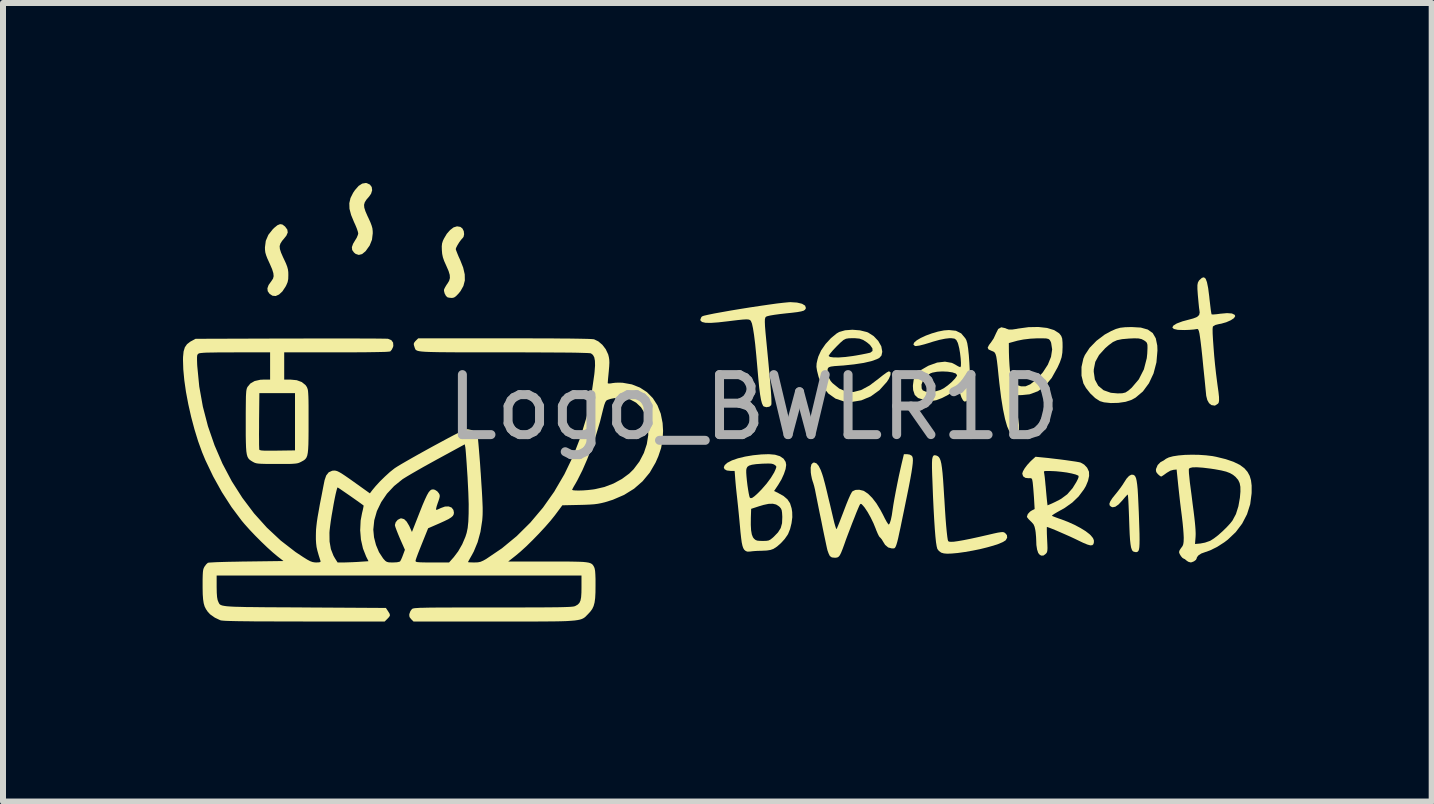
<source format=kicad_pcb>
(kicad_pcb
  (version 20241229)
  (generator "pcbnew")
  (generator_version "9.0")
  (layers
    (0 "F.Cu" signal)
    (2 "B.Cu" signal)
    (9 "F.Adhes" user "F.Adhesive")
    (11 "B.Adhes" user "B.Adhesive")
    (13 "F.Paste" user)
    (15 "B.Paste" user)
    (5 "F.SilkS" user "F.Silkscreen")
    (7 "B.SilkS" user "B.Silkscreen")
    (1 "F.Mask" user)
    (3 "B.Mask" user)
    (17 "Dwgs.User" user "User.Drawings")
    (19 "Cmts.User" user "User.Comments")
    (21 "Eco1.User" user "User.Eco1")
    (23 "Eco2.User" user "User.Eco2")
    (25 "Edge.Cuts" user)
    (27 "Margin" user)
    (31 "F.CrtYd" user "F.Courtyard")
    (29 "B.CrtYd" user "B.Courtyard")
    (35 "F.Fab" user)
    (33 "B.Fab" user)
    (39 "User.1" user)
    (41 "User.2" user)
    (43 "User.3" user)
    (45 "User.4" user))
  (footprint "Logo_BWLR1D"
    (layer "F.Cu")
    (at 9.514 4.239)
    (property "Reference" "Logo_BWLR1D" (at 0 -0.5 0) (unlocked yes) (layer "F.Fab") (effects (font (size 1 1) (thickness 0.15))))
    (attr smd)
    (fp_poly (pts (xy -6.451 -4.237) (xy -6.398 -4.212) (xy -6.368 -4.171) (xy -6.361 -4.118) (xy -6.379 -4.06) (xy -6.411 -4.014) (xy -6.456 -3.962) (xy -6.484 -3.918) (xy -6.496 -3.875) (xy -6.492 -3.827) (xy -6.473 -3.767) (xy -6.439 -3.689) (xy -6.425 -3.66) (xy -6.391 -3.585) (xy -6.37 -3.53) (xy -6.357 -3.484) (xy -6.352 -3.439) (xy -6.351 -3.401) (xy -6.364 -3.293) (xy -6.403 -3.196) (xy -6.47 -3.103) (xy -6.474 -3.099) (xy -6.529 -3.054) (xy -6.584 -3.04) (xy -6.636 -3.057) (xy -6.664 -3.08) (xy -6.694 -3.122) (xy -6.699 -3.17) (xy -6.679 -3.226) (xy -6.648 -3.278) (xy -6.618 -3.327) (xy -6.599 -3.373) (xy -6.593 -3.399) (xy -6.6 -3.43) (xy -6.617 -3.481) (xy -6.643 -3.544) (xy -6.663 -3.587) (xy -6.712 -3.706) (xy -6.739 -3.809) (xy -6.742 -3.902) (xy -6.722 -3.989) (xy -6.678 -4.076) (xy -6.648 -4.12) (xy -6.587 -4.19) (xy -6.527 -4.229) (xy -6.468 -4.239)) (stroke (width 0) (type solid)) (fill yes) (layer "F.SilkS"))
    (fp_poly (pts (xy -7.857 -3.547) (xy -7.816 -3.516) (xy -7.811 -3.511) (xy -7.775 -3.462) (xy -7.768 -3.414) (xy -7.791 -3.361) (xy -7.818 -3.327) (xy -7.862 -3.274) (xy -7.89 -3.23) (xy -7.903 -3.187) (xy -7.899 -3.139) (xy -7.88 -3.079) (xy -7.846 -3.001) (xy -7.832 -2.972) (xy -7.798 -2.899) (xy -7.777 -2.844) (xy -7.765 -2.799) (xy -7.759 -2.755) (xy -7.758 -2.705) (xy -7.76 -2.638) (xy -7.77 -2.587) (xy -7.791 -2.537) (xy -7.804 -2.512) (xy -7.857 -2.432) (xy -7.913 -2.38) (xy -7.969 -2.355) (xy -8.023 -2.36) (xy -8.071 -2.392) (xy -8.102 -2.436) (xy -8.107 -2.484) (xy -8.087 -2.539) (xy -8.039 -2.606) (xy -8.037 -2.609) (xy -8.013 -2.646) (xy -8.003 -2.686) (xy -8.008 -2.736) (xy -8.028 -2.801) (xy -8.064 -2.885) (xy -8.074 -2.907) (xy -8.108 -2.981) (xy -8.129 -3.036) (xy -8.142 -3.082) (xy -8.147 -3.126) (xy -8.148 -3.166) (xy -8.134 -3.275) (xy -8.091 -3.375) (xy -8.019 -3.466) (xy -7.994 -3.491) (xy -7.94 -3.535) (xy -7.896 -3.553)) (stroke (width 0) (type solid)) (fill yes) (layer "F.SilkS"))
    (fp_poly (pts (xy -4.89 -3.507) (xy -4.856 -3.48) (xy -4.834 -3.436) (xy -4.828 -3.385) (xy -4.838 -3.34) (xy -4.853 -3.321) (xy -4.879 -3.292) (xy -4.91 -3.25) (xy -4.939 -3.203) (xy -4.96 -3.162) (xy -4.968 -3.138) (xy -4.961 -3.115) (xy -4.944 -3.071) (xy -4.92 -3.012) (xy -4.895 -2.958) (xy -4.844 -2.829) (xy -4.818 -2.716) (xy -4.816 -2.615) (xy -4.84 -2.523) (xy -4.888 -2.437) (xy -4.923 -2.394) (xy -4.964 -2.352) (xy -4.996 -2.33) (xy -5.029 -2.323) (xy -5.035 -2.323) (xy -5.077 -2.327) (xy -5.105 -2.333) (xy -5.131 -2.357) (xy -5.153 -2.398) (xy -5.164 -2.442) (xy -5.162 -2.467) (xy -5.146 -2.499) (xy -5.12 -2.543) (xy -5.106 -2.562) (xy -5.078 -2.609) (xy -5.065 -2.655) (xy -5.068 -2.707) (xy -5.087 -2.771) (xy -5.123 -2.854) (xy -5.127 -2.863) (xy -5.161 -2.939) (xy -5.182 -3) (xy -5.194 -3.057) (xy -5.199 -3.116) (xy -5.201 -3.182) (xy -5.196 -3.23) (xy -5.182 -3.275) (xy -5.165 -3.311) (xy -5.117 -3.392) (xy -5.062 -3.455) (xy -5.004 -3.499) (xy -4.948 -3.516) (xy -4.942 -3.516)) (stroke (width 0) (type solid)) (fill yes) (layer "F.SilkS"))
    (fp_poly (pts (xy 6.325 0.625) (xy 6.343 0.634) (xy 6.358 0.652) (xy 6.371 0.681) (xy 6.381 0.725) (xy 6.39 0.786) (xy 6.398 0.866) (xy 6.404 0.968) (xy 6.41 1.095) (xy 6.417 1.249) (xy 6.42 1.335) (xy 6.425 1.485) (xy 6.429 1.606) (xy 6.43 1.702) (xy 6.429 1.776) (xy 6.426 1.831) (xy 6.42 1.869) (xy 6.411 1.893) (xy 6.398 1.907) (xy 6.382 1.913) (xy 6.367 1.914) (xy 6.331 1.906) (xy 6.313 1.894) (xy 6.3 1.87) (xy 6.288 1.834) (xy 6.279 1.781) (xy 6.271 1.708) (xy 6.265 1.614) (xy 6.26 1.494) (xy 6.255 1.346) (xy 6.255 1.342) (xy 6.251 1.235) (xy 6.247 1.14) (xy 6.243 1.06) (xy 6.239 0.999) (xy 6.235 0.962) (xy 6.232 0.953) (xy 6.218 0.966) (xy 6.189 0.997) (xy 6.152 1.041) (xy 6.141 1.054) (xy 6.079 1.12) (xy 6.026 1.157) (xy 5.981 1.166) (xy 5.954 1.156) (xy 5.931 1.134) (xy 5.927 1.106) (xy 5.942 1.067) (xy 5.977 1.013) (xy 6.022 0.957) (xy 6.071 0.896) (xy 6.117 0.835) (xy 6.153 0.783) (xy 6.165 0.763) (xy 6.212 0.69) (xy 6.254 0.644) (xy 6.291 0.624) (xy 6.303 0.623)) (stroke (width 0) (type solid)) (fill yes) (layer "F.SilkS"))
    (fp_poly (pts (xy 6.451 -1.829) (xy 6.567 -1.796) (xy 6.649 -1.738) (xy 6.7 -1.65) (xy 6.725 -1.529) (xy 6.728 -1.446) (xy 6.711 -1.249) (xy 6.663 -1.065) (xy 6.586 -0.901) (xy 6.485 -0.764) (xy 6.363 -0.661) (xy 6.298 -0.625) (xy 6.198 -0.592) (xy 6.076 -0.574) (xy 5.95 -0.571) (xy 5.837 -0.583) (xy 5.769 -0.603) (xy 5.69 -0.654) (xy 5.608 -0.732) (xy 5.537 -0.822) (xy 5.494 -0.898) (xy 5.462 -1.028) (xy 5.462 -1.093) (xy 5.666 -1.093) (xy 5.685 -0.963) (xy 5.741 -0.859) (xy 5.83 -0.785) (xy 5.951 -0.742) (xy 6.063 -0.732) (xy 6.141 -0.734) (xy 6.195 -0.747) (xy 6.244 -0.779) (xy 6.299 -0.827) (xy 6.417 -0.966) (xy 6.502 -1.133) (xy 6.55 -1.319) (xy 6.558 -1.396) (xy 6.562 -1.486) (xy 6.561 -1.542) (xy 6.551 -1.576) (xy 6.529 -1.599) (xy 6.504 -1.616) (xy 6.463 -1.637) (xy 6.413 -1.648) (xy 6.342 -1.65) (xy 6.252 -1.646) (xy 6.138 -1.636) (xy 6.055 -1.619) (xy 5.986 -1.588) (xy 5.917 -1.537) (xy 5.856 -1.484) (xy 5.754 -1.371) (xy 5.692 -1.258) (xy 5.667 -1.132) (xy 5.666 -1.093) (xy 5.462 -1.093) (xy 5.462 -1.172) (xy 5.493 -1.312) (xy 5.518 -1.371) (xy 5.598 -1.492) (xy 5.712 -1.609) (xy 5.848 -1.712) (xy 5.956 -1.771) (xy 6.036 -1.806) (xy 6.107 -1.826) (xy 6.188 -1.835) (xy 6.296 -1.838) (xy 6.296 -1.838)) (stroke (width 0) (type solid)) (fill yes) (layer "F.SilkS"))
    (fp_poly (pts (xy 3.04 0.303) (xy 3.041 0.303) (xy 3.064 0.313) (xy 3.084 0.329) (xy 3.1 0.354) (xy 3.114 0.39) (xy 3.126 0.441) (xy 3.136 0.508) (xy 3.146 0.596) (xy 3.155 0.706) (xy 3.164 0.841) (xy 3.174 1.004) (xy 3.176 1.027) (xy 3.186 1.195) (xy 3.196 1.345) (xy 3.206 1.472) (xy 3.216 1.577) (xy 3.225 1.656) (xy 3.233 1.708) (xy 3.24 1.73) (xy 3.255 1.739) (xy 3.286 1.742) (xy 3.335 1.74) (xy 3.405 1.73) (xy 3.497 1.714) (xy 3.613 1.691) (xy 3.755 1.66) (xy 3.912 1.624) (xy 4.002 1.603) (xy 4.067 1.589) (xy 4.113 1.582) (xy 4.143 1.579) (xy 4.165 1.582) (xy 4.181 1.59) (xy 4.188 1.594) (xy 4.219 1.63) (xy 4.223 1.673) (xy 4.2 1.714) (xy 4.196 1.718) (xy 4.153 1.745) (xy 4.084 1.775) (xy 3.994 1.805) (xy 3.887 1.835) (xy 3.77 1.864) (xy 3.646 1.889) (xy 3.521 1.911) (xy 3.4 1.928) (xy 3.3 1.937) (xy 3.223 1.94) (xy 3.168 1.935) (xy 3.126 1.923) (xy 3.125 1.923) (xy 3.086 1.895) (xy 3.06 1.861) (xy 3.059 1.859) (xy 3.048 1.816) (xy 3.037 1.748) (xy 3.027 1.652) (xy 3.017 1.528) (xy 3.007 1.376) (xy 2.997 1.195) (xy 2.987 0.985) (xy 2.978 0.744) (xy 2.973 0.623) (xy 2.97 0.51) (xy 2.97 0.426) (xy 2.973 0.365) (xy 2.982 0.326) (xy 2.995 0.305) (xy 3.014 0.298)) (stroke (width 0) (type solid)) (fill yes) (layer "F.SilkS"))
    (fp_poly (pts (xy 0.72 -2.246) (xy 0.804 -2.226) (xy 0.855 -2.195) (xy 0.868 -2.156) (xy 0.866 -2.147) (xy 0.854 -2.127) (xy 0.832 -2.111) (xy 0.791 -2.099) (xy 0.725 -2.087) (xy 0.626 -2.075) (xy 0.547 -2.067) (xy 0.44 -2.055) (xy 0.344 -2.042) (xy 0.272 -2.03) (xy 0.247 -2.024) (xy 0.223 -2.018) (xy 0.204 -2.01) (xy 0.192 -1.995) (xy 0.185 -1.967) (xy 0.184 -1.921) (xy 0.187 -1.85) (xy 0.195 -1.75) (xy 0.208 -1.614) (xy 0.221 -1.479) (xy 0.244 -1.24) (xy 0.262 -1.043) (xy 0.276 -0.884) (xy 0.286 -0.76) (xy 0.292 -0.667) (xy 0.294 -0.601) (xy 0.294 -0.559) (xy 0.29 -0.536) (xy 0.29 -0.536) (xy 0.259 -0.51) (xy 0.21 -0.502) (xy 0.166 -0.514) (xy 0.155 -0.525) (xy 0.136 -0.566) (xy 0.12 -0.626) (xy 0.105 -0.713) (xy 0.09 -0.831) (xy 0.075 -0.985) (xy 0.063 -1.123) (xy 0.042 -1.36) (xy 0.023 -1.554) (xy 0.004 -1.707) (xy -0.014 -1.82) (xy -0.031 -1.897) (xy -0.049 -1.94) (xy -0.05 -1.941) (xy -0.064 -1.955) (xy -0.085 -1.963) (xy -0.121 -1.966) (xy -0.18 -1.963) (xy -0.268 -1.954) (xy -0.393 -1.939) (xy -0.424 -1.935) (xy -0.591 -1.916) (xy -0.717 -1.907) (xy -0.806 -1.909) (xy -0.862 -1.922) (xy -0.888 -1.945) (xy -0.891 -1.962) (xy -0.875 -2.002) (xy -0.863 -2.015) (xy -0.831 -2.027) (xy -0.76 -2.043) (xy -0.658 -2.064) (xy -0.53 -2.087) (xy -0.385 -2.113) (xy -0.227 -2.139) (xy -0.065 -2.165) (xy 0.095 -2.189) (xy 0.246 -2.211) (xy 0.381 -2.23) (xy 0.494 -2.243) (xy 0.577 -2.251) (xy 0.609 -2.253)) (stroke (width 0) (type solid)) (fill yes) (layer "F.SilkS"))
    (fp_poly (pts (xy 7.531 -2.644) (xy 7.553 -2.586) (xy 7.573 -2.488) (xy 7.591 -2.349) (xy 7.595 -2.309) (xy 7.607 -2.207) (xy 7.617 -2.123) (xy 7.626 -2.067) (xy 7.631 -2.049) (xy 7.657 -2.047) (xy 7.715 -2.052) (xy 7.775 -2.06) (xy 7.888 -2.07) (xy 7.97 -2.064) (xy 8.016 -2.041) (xy 8.024 -2.019) (xy 8.003 -1.986) (xy 7.95 -1.951) (xy 7.875 -1.918) (xy 7.791 -1.894) (xy 7.756 -1.888) (xy 7.695 -1.873) (xy 7.656 -1.85) (xy 7.651 -1.843) (xy 7.647 -1.805) (xy 7.648 -1.73) (xy 7.654 -1.624) (xy 7.663 -1.497) (xy 7.674 -1.356) (xy 7.688 -1.21) (xy 7.704 -1.066) (xy 7.721 -0.932) (xy 7.728 -0.878) (xy 7.745 -0.756) (xy 7.754 -0.672) (xy 7.755 -0.616) (xy 7.75 -0.582) (xy 7.738 -0.561) (xy 7.686 -0.528) (xy 7.628 -0.537) (xy 7.588 -0.569) (xy 7.559 -0.621) (xy 7.541 -0.691) (xy 7.54 -0.701) (xy 7.515 -0.956) (xy 7.493 -1.168) (xy 7.476 -1.342) (xy 7.461 -1.482) (xy 7.448 -1.59) (xy 7.437 -1.672) (xy 7.428 -1.731) (xy 7.419 -1.769) (xy 7.41 -1.792) (xy 7.401 -1.803) (xy 7.391 -1.806) (xy 7.38 -1.804) (xy 7.334 -1.797) (xy 7.258 -1.791) (xy 7.177 -1.788) (xy 7.068 -1.791) (xy 7.001 -1.806) (xy 6.976 -1.831) (xy 6.993 -1.862) (xy 7.049 -1.897) (xy 7.145 -1.933) (xy 7.22 -1.953) (xy 7.324 -1.981) (xy 7.389 -2.007) (xy 7.423 -2.039) (xy 7.432 -2.08) (xy 7.428 -2.113) (xy 7.421 -2.162) (xy 7.413 -2.242) (xy 7.404 -2.339) (xy 7.401 -2.372) (xy 7.394 -2.472) (xy 7.394 -2.537) (xy 7.402 -2.579) (xy 7.418 -2.609) (xy 7.426 -2.619) (xy 7.469 -2.658) (xy 7.503 -2.667)) (stroke (width 0) (type solid)) (fill yes) (layer "F.SilkS"))
    (fp_poly (pts (xy 1.769 -1.783) (xy 1.883 -1.755) (xy 1.906 -1.746) (xy 1.998 -1.687) (xy 2.074 -1.607) (xy 2.125 -1.517) (xy 2.141 -1.43) (xy 2.141 -1.423) (xy 2.128 -1.363) (xy 2.093 -1.324) (xy 2.053 -1.303) (xy 1.961 -1.27) (xy 1.831 -1.24) (xy 1.672 -1.216) (xy 1.492 -1.197) (xy 1.444 -1.194) (xy 1.345 -1.187) (xy 1.284 -1.179) (xy 1.25 -1.167) (xy 1.235 -1.15) (xy 1.229 -1.126) (xy 1.234 -1.028) (xy 1.28 -0.94) (xy 1.311 -0.904) (xy 1.423 -0.813) (xy 1.538 -0.763) (xy 1.659 -0.755) (xy 1.789 -0.788) (xy 1.93 -0.864) (xy 2.086 -0.982) (xy 2.087 -0.983) (xy 2.156 -1.038) (xy 2.214 -1.08) (xy 2.25 -1.099) (xy 2.254 -1.1) (xy 2.28 -1.083) (xy 2.278 -1.039) (xy 2.251 -0.975) (xy 2.218 -0.924) (xy 2.094 -0.786) (xy 1.95 -0.682) (xy 1.792 -0.616) (xy 1.628 -0.589) (xy 1.503 -0.598) (xy 1.362 -0.645) (xy 1.242 -0.73) (xy 1.147 -0.849) (xy 1.083 -0.998) (xy 1.077 -1.019) (xy 1.054 -1.11) (xy 1.044 -1.175) (xy 1.047 -1.232) (xy 1.062 -1.298) (xy 1.076 -1.347) (xy 1.08 -1.356) (xy 1.248 -1.356) (xy 1.27 -1.34) (xy 1.328 -1.332) (xy 1.417 -1.331) (xy 1.527 -1.339) (xy 1.65 -1.355) (xy 1.706 -1.364) (xy 1.8 -1.381) (xy 1.88 -1.397) (xy 1.933 -1.409) (xy 1.942 -1.411) (xy 1.979 -1.439) (xy 1.977 -1.483) (xy 1.938 -1.538) (xy 1.888 -1.581) (xy 1.823 -1.623) (xy 1.762 -1.645) (xy 1.684 -1.652) (xy 1.654 -1.652) (xy 1.586 -1.651) (xy 1.537 -1.643) (xy 1.495 -1.622) (xy 1.447 -1.581) (xy 1.383 -1.518) (xy 1.32 -1.452) (xy 1.274 -1.397) (xy 1.25 -1.362) (xy 1.248 -1.356) (xy 1.08 -1.356) (xy 1.122 -1.448) (xy 1.196 -1.555) (xy 1.287 -1.654) (xy 1.381 -1.731) (xy 1.424 -1.756) (xy 1.522 -1.784) (xy 1.643 -1.793)) (stroke (width 0) (type solid)) (fill yes) (layer "F.SilkS"))
    (fp_poly (pts (xy 4.888 -1.823) (xy 5.006 -1.787) (xy 5.09 -1.733) (xy 5.095 -1.727) (xy 5.124 -1.69) (xy 5.14 -1.646) (xy 5.146 -1.58) (xy 5.147 -1.506) (xy 5.143 -1.411) (xy 5.13 -1.333) (xy 5.102 -1.251) (xy 5.064 -1.167) (xy 4.966 -0.991) (xy 4.857 -0.858) (xy 4.735 -0.768) (xy 4.597 -0.717) (xy 4.469 -0.704) (xy 4.396 -0.702) (xy 4.346 -0.695) (xy 4.331 -0.688) (xy 4.336 -0.66) (xy 4.348 -0.598) (xy 4.367 -0.512) (xy 4.377 -0.466) (xy 4.406 -0.317) (xy 4.42 -0.206) (xy 4.419 -0.13) (xy 4.401 -0.084) (xy 4.383 -0.068) (xy 4.33 -0.058) (xy 4.295 -0.065) (xy 4.258 -0.101) (xy 4.223 -0.182) (xy 4.188 -0.304) (xy 4.154 -0.466) (xy 4.122 -0.665) (xy 4.093 -0.901) (xy 4.079 -1.031) (xy 4.065 -1.171) (xy 4.053 -1.273) (xy 4.042 -1.343) (xy 4.029 -1.388) (xy 4.013 -1.415) (xy 3.992 -1.43) (xy 3.963 -1.441) (xy 3.962 -1.442) (xy 3.912 -1.465) (xy 3.898 -1.494) (xy 3.92 -1.538) (xy 3.945 -1.571) (xy 4.251 -1.571) (xy 4.252 -1.421) (xy 4.255 -1.32) (xy 4.262 -1.199) (xy 4.271 -1.092) (xy 4.281 -1.001) (xy 4.292 -0.945) (xy 4.309 -0.912) (xy 4.336 -0.892) (xy 4.362 -0.88) (xy 4.453 -0.85) (xy 4.53 -0.85) (xy 4.607 -0.883) (xy 4.696 -0.952) (xy 4.708 -0.963) (xy 4.818 -1.083) (xy 4.901 -1.211) (xy 4.954 -1.341) (xy 4.973 -1.465) (xy 4.956 -1.575) (xy 4.949 -1.593) (xy 4.933 -1.622) (xy 4.912 -1.639) (xy 4.874 -1.648) (xy 4.81 -1.65) (xy 4.724 -1.65) (xy 4.609 -1.644) (xy 4.492 -1.63) (xy 4.396 -1.611) (xy 4.389 -1.609) (xy 4.251 -1.571) (xy 3.945 -1.571) (xy 3.951 -1.578) (xy 3.998 -1.648) (xy 4.035 -1.728) (xy 4.038 -1.735) (xy 4.074 -1.806) (xy 4.125 -1.834) (xy 4.193 -1.819) (xy 4.206 -1.812) (xy 4.248 -1.797) (xy 4.304 -1.796) (xy 4.386 -1.808) (xy 4.403 -1.812) (xy 4.579 -1.836) (xy 4.743 -1.839)) (stroke (width 0) (type solid)) (fill yes) (layer "F.SilkS"))
    (fp_poly (pts (xy 3.369 -1.776) (xy 3.457 -1.732) (xy 3.525 -1.651) (xy 3.542 -1.621) (xy 3.558 -1.569) (xy 3.572 -1.482) (xy 3.584 -1.369) (xy 3.593 -1.24) (xy 3.6 -1.104) (xy 3.603 -0.97) (xy 3.602 -0.847) (xy 3.597 -0.745) (xy 3.588 -0.673) (xy 3.579 -0.645) (xy 3.545 -0.606) (xy 3.516 -0.594) (xy 3.488 -0.614) (xy 3.461 -0.664) (xy 3.44 -0.727) (xy 3.434 -0.781) (xy 3.429 -0.814) (xy 3.409 -0.819) (xy 3.366 -0.794) (xy 3.333 -0.77) (xy 3.238 -0.707) (xy 3.137 -0.655) (xy 3.043 -0.619) (xy 2.967 -0.605) (xy 2.939 -0.607) (xy 2.903 -0.614) (xy 2.843 -0.625) (xy 2.829 -0.627) (xy 2.738 -0.655) (xy 2.683 -0.706) (xy 2.656 -0.787) (xy 2.652 -0.856) (xy 2.654 -0.879) (xy 2.795 -0.879) (xy 2.798 -0.814) (xy 2.817 -0.782) (xy 2.866 -0.761) (xy 2.944 -0.756) (xy 3.037 -0.768) (xy 3.11 -0.789) (xy 3.167 -0.818) (xy 3.234 -0.866) (xy 3.299 -0.922) (xy 3.353 -0.978) (xy 3.384 -1.022) (xy 3.388 -1.036) (xy 3.367 -1.063) (xy 3.312 -1.082) (xy 3.234 -1.094) (xy 3.144 -1.098) (xy 3.054 -1.093) (xy 2.976 -1.078) (xy 2.942 -1.065) (xy 2.872 -1.016) (xy 2.821 -0.95) (xy 2.795 -0.879) (xy 2.654 -0.879) (xy 2.665 -0.961) (xy 2.708 -1.047) (xy 2.785 -1.121) (xy 2.903 -1.189) (xy 2.915 -1.195) (xy 3.056 -1.246) (xy 3.187 -1.261) (xy 3.3 -1.241) (xy 3.353 -1.215) (xy 3.405 -1.184) (xy 3.44 -1.169) (xy 3.443 -1.169) (xy 3.452 -1.189) (xy 3.453 -1.243) (xy 3.448 -1.318) (xy 3.438 -1.403) (xy 3.424 -1.485) (xy 3.407 -1.552) (xy 3.399 -1.577) (xy 3.375 -1.623) (xy 3.345 -1.645) (xy 3.292 -1.652) (xy 3.261 -1.652) (xy 3.19 -1.644) (xy 3.093 -1.624) (xy 2.985 -1.594) (xy 2.94 -1.579) (xy 2.843 -1.55) (xy 2.76 -1.529) (xy 2.703 -1.521) (xy 2.686 -1.522) (xy 2.66 -1.546) (xy 2.672 -1.578) (xy 2.715 -1.616) (xy 2.783 -1.656) (xy 2.869 -1.696) (xy 2.967 -1.732) (xy 3.069 -1.762) (xy 3.17 -1.782) (xy 3.253 -1.788)) (stroke (width 0) (type solid)) (fill yes) (layer "F.SilkS"))
    (fp_poly (pts (xy 7.42 0.292) (xy 7.537 0.3) (xy 7.646 0.313) (xy 7.707 0.325) (xy 7.866 0.364) (xy 7.995 0.408) (xy 8.098 0.458) (xy 8.176 0.515) (xy 8.229 0.576) (xy 8.265 0.642) (xy 8.287 0.716) (xy 8.298 0.804) (xy 8.298 0.914) (xy 8.297 0.938) (xy 8.274 1.115) (xy 8.221 1.282) (xy 8.14 1.438) (xy 8.033 1.58) (xy 7.9 1.706) (xy 7.842 1.75) (xy 7.722 1.827) (xy 7.607 1.884) (xy 7.519 1.915) (xy 7.458 1.937) (xy 7.412 1.967) (xy 7.386 2) (xy 7.383 2.015) (xy 7.37 2.042) (xy 7.337 2.067) (xy 7.297 2.083) (xy 7.279 2.085) (xy 7.241 2.074) (xy 7.212 2.054) (xy 7.185 2.031) (xy 7.167 2.023) (xy 7.145 2.01) (xy 7.12 1.981) (xy 7.098 1.945) (xy 7.088 1.914) (xy 7.088 1.913) (xy 7.097 1.883) (xy 7.121 1.846) (xy 7.127 1.839) (xy 7.147 1.811) (xy 7.158 1.782) (xy 7.164 1.742) (xy 7.166 1.681) (xy 7.166 1.669) (xy 7.163 1.607) (xy 7.157 1.525) (xy 7.148 1.431) (xy 7.137 1.335) (xy 7.134 1.31) (xy 7.121 1.208) (xy 7.106 1.087) (xy 7.092 0.961) (xy 7.079 0.843) (xy 7.075 0.806) (xy 7.049 0.552) (xy 7.251 0.552) (xy 7.253 0.601) (xy 7.26 0.669) (xy 7.268 0.75) (xy 7.274 0.795) (xy 7.297 0.969) (xy 7.315 1.115) (xy 7.331 1.236) (xy 7.343 1.335) (xy 7.352 1.416) (xy 7.358 1.481) (xy 7.362 1.533) (xy 7.364 1.575) (xy 7.365 1.61) (xy 7.364 1.642) (xy 7.363 1.663) (xy 7.354 1.778) (xy 7.444 1.77) (xy 7.521 1.755) (xy 7.599 1.728) (xy 7.614 1.721) (xy 7.67 1.685) (xy 7.738 1.633) (xy 7.81 1.569) (xy 7.88 1.501) (xy 7.94 1.436) (xy 7.978 1.388) (xy 8.036 1.28) (xy 8.077 1.15) (xy 8.102 1.009) (xy 8.111 0.905) (xy 8.11 0.825) (xy 8.098 0.763) (xy 8.074 0.712) (xy 8.035 0.666) (xy 8.03 0.66) (xy 7.987 0.625) (xy 7.936 0.596) (xy 7.873 0.572) (xy 7.792 0.552) (xy 7.688 0.533) (xy 7.616 0.522) (xy 7.485 0.506) (xy 7.383 0.499) (xy 7.311 0.501) (xy 7.267 0.512) (xy 7.252 0.527) (xy 7.251 0.552) (xy 7.049 0.552) (xy 7.048 0.537) (xy 6.995 0.542) (xy 6.944 0.556) (xy 6.886 0.59) (xy 6.872 0.6) (xy 6.832 0.629) (xy 6.801 0.649) (xy 6.789 0.654) (xy 6.77 0.644) (xy 6.741 0.619) (xy 6.735 0.614) (xy 6.708 0.579) (xy 6.702 0.544) (xy 6.705 0.525) (xy 6.732 0.462) (xy 6.779 0.414) (xy 6.8 0.403) (xy 6.835 0.384) (xy 6.87 0.358) (xy 6.917 0.335) (xy 6.988 0.316) (xy 7.08 0.302) (xy 7.186 0.293) (xy 7.301 0.29)) (stroke (width 0) (type solid)) (fill yes) (layer "F.SilkS"))
    (fp_poly (pts (xy 0.354 0.29) (xy 0.436 0.315) (xy 0.496 0.356) (xy 0.531 0.41) (xy 0.54 0.46) (xy 0.53 0.529) (xy 0.502 0.612) (xy 0.461 0.702) (xy 0.409 0.789) (xy 0.408 0.791) (xy 0.338 0.895) (xy 0.406 0.928) (xy 0.497 0.979) (xy 0.561 1.034) (xy 0.604 1.099) (xy 0.63 1.182) (xy 0.64 1.245) (xy 0.642 1.332) (xy 0.629 1.431) (xy 0.605 1.528) (xy 0.572 1.611) (xy 0.563 1.626) (xy 0.515 1.695) (xy 0.453 1.763) (xy 0.387 1.821) (xy 0.327 1.86) (xy 0.279 1.877) (xy 0.217 1.887) (xy 0.131 1.891) (xy 0.127 1.891) (xy 0.058 1.893) (xy -0.004 1.897) (xy -0.049 1.902) (xy -0.059 1.904) (xy -0.111 1.905) (xy -0.14 1.891) (xy -0.16 1.873) (xy -0.176 1.846) (xy -0.189 1.808) (xy -0.201 1.753) (xy -0.211 1.678) (xy -0.222 1.58) (xy -0.231 1.478) (xy -0.233 1.458) (xy -0.05 1.458) (xy -0.045 1.55) (xy -0.033 1.619) (xy -0.014 1.667) (xy 0.004 1.69) (xy 0.028 1.71) (xy 0.057 1.722) (xy 0.101 1.726) (xy 0.148 1.727) (xy 0.206 1.726) (xy 0.245 1.72) (xy 0.276 1.705) (xy 0.313 1.676) (xy 0.334 1.657) (xy 0.404 1.584) (xy 0.449 1.512) (xy 0.471 1.431) (xy 0.475 1.333) (xy 0.475 1.321) (xy 0.471 1.257) (xy 0.465 1.216) (xy 0.454 1.189) (xy 0.435 1.165) (xy 0.419 1.15) (xy 0.372 1.12) (xy 0.317 1.107) (xy 0.246 1.109) (xy 0.157 1.128) (xy 0.088 1.149) (xy -0.044 1.192) (xy -0.049 1.339) (xy -0.05 1.458) (xy -0.233 1.458) (xy -0.241 1.371) (xy -0.252 1.258) (xy -0.263 1.149) (xy -0.273 1.056) (xy -0.277 1.019) (xy -0.287 0.929) (xy -0.297 0.833) (xy -0.305 0.746) (xy -0.309 0.697) (xy -0.317 0.59) (xy -0.126 0.59) (xy -0.122 0.65) (xy -0.115 0.722) (xy -0.106 0.798) (xy -0.095 0.872) (xy -0.084 0.936) (xy -0.074 0.983) (xy -0.065 1.007) (xy -0.048 1.015) (xy -0.023 1.007) (xy 0.013 0.981) (xy 0.064 0.935) (xy 0.129 0.869) (xy 0.212 0.774) (xy 0.284 0.677) (xy 0.34 0.585) (xy 0.36 0.541) (xy 0.374 0.504) (xy 0.374 0.482) (xy 0.357 0.466) (xy 0.344 0.457) (xy 0.322 0.446) (xy 0.292 0.439) (xy 0.249 0.437) (xy 0.186 0.438) (xy 0.135 0.44) (xy 0.038 0.447) (xy -0.031 0.457) (xy -0.079 0.472) (xy -0.108 0.493) (xy -0.122 0.523) (xy -0.126 0.548) (xy -0.126 0.59) (xy -0.317 0.59) (xy -0.32 0.56) (xy -0.385 0.56) (xy -0.449 0.553) (xy -0.488 0.531) (xy -0.5 0.5) (xy -0.484 0.463) (xy -0.442 0.425) (xy -0.365 0.385) (xy -0.264 0.35) (xy -0.144 0.321) (xy -0.012 0.299) (xy 0.128 0.285) (xy 0.252 0.281)) (stroke (width 0) (type solid)) (fill yes) (layer "F.SilkS"))
    (fp_poly (pts (xy 4.807 0.335) (xy 4.899 0.344) (xy 4.999 0.356) (xy 5.102 0.368) (xy 5.201 0.381) (xy 5.291 0.394) (xy 5.367 0.405) (xy 5.423 0.415) (xy 5.45 0.422) (xy 5.507 0.455) (xy 5.556 0.507) (xy 5.585 0.569) (xy 5.587 0.576) (xy 5.589 0.644) (xy 5.571 0.725) (xy 5.535 0.812) (xy 5.502 0.868) (xy 5.413 0.987) (xy 5.309 1.087) (xy 5.184 1.176) (xy 5.117 1.214) (xy 5.056 1.248) (xy 5.007 1.277) (xy 4.977 1.298) (xy 4.969 1.308) (xy 4.988 1.317) (xy 5.029 1.333) (xy 5.086 1.354) (xy 5.128 1.368) (xy 5.237 1.41) (xy 5.344 1.458) (xy 5.444 1.511) (xy 5.529 1.563) (xy 5.594 1.613) (xy 5.617 1.635) (xy 5.653 1.679) (xy 5.668 1.715) (xy 5.669 1.748) (xy 5.661 1.78) (xy 5.642 1.798) (xy 5.609 1.801) (xy 5.559 1.787) (xy 5.489 1.758) (xy 5.406 1.718) (xy 5.346 1.689) (xy 5.273 1.655) (xy 5.194 1.62) (xy 5.114 1.585) (xy 5.038 1.552) (xy 4.972 1.525) (xy 4.92 1.505) (xy 4.89 1.495) (xy 4.885 1.494) (xy 4.884 1.508) (xy 4.884 1.548) (xy 4.885 1.608) (xy 4.888 1.682) (xy 4.889 1.701) (xy 4.893 1.786) (xy 4.895 1.845) (xy 4.893 1.884) (xy 4.888 1.91) (xy 4.88 1.927) (xy 4.866 1.942) (xy 4.866 1.943) (xy 4.829 1.97) (xy 4.793 1.972) (xy 4.767 1.959) (xy 4.741 1.928) (xy 4.722 1.871) (xy 4.71 1.795) (xy 4.708 1.735) (xy 4.705 1.663) (xy 4.698 1.584) (xy 4.693 1.549) (xy 4.68 1.491) (xy 4.662 1.45) (xy 4.63 1.413) (xy 4.615 1.399) (xy 4.58 1.364) (xy 4.557 1.335) (xy 4.552 1.323) (xy 4.567 1.279) (xy 4.605 1.238) (xy 4.633 1.22) (xy 4.681 1.195) (xy 4.67 1.006) (xy 4.664 0.925) (xy 4.658 0.848) (xy 4.652 0.784) (xy 4.648 0.747) (xy 4.64 0.704) (xy 4.629 0.685) (xy 4.607 0.68) (xy 4.582 0.682) (xy 4.527 0.676) (xy 4.489 0.65) (xy 4.475 0.607) (xy 4.475 0.605) (xy 4.482 0.58) (xy 4.836 0.58) (xy 4.838 0.586) (xy 4.842 0.612) (xy 4.849 0.662) (xy 4.856 0.729) (xy 4.863 0.806) (xy 4.864 0.809) (xy 4.871 0.891) (xy 4.878 0.967) (xy 4.884 1.03) (xy 4.888 1.069) (xy 4.896 1.134) (xy 4.969 1.103) (xy 5.026 1.076) (xy 5.091 1.043) (xy 5.123 1.025) (xy 5.224 0.95) (xy 5.313 0.848) (xy 5.376 0.746) (xy 5.403 0.693) (xy 5.414 0.661) (xy 5.412 0.643) (xy 5.406 0.637) (xy 5.365 0.62) (xy 5.3 0.603) (xy 5.219 0.587) (xy 5.129 0.575) (xy 5.037 0.566) (xy 4.998 0.564) (xy 4.924 0.561) (xy 4.876 0.561) (xy 4.849 0.563) (xy 4.837 0.57) (xy 4.836 0.58) (xy 4.482 0.58) (xy 4.486 0.568) (xy 4.515 0.517) (xy 4.558 0.46) (xy 4.609 0.404) (xy 4.631 0.383) (xy 4.696 0.324)) (stroke (width 0) (type solid)) (fill yes) (layer "F.SilkS"))
    (fp_poly (pts (xy 2.598 0.288) (xy 2.632 0.307) (xy 2.632 0.307) (xy 2.643 0.323) (xy 2.65 0.348) (xy 2.652 0.384) (xy 2.649 0.434) (xy 2.641 0.5) (xy 2.628 0.586) (xy 2.609 0.693) (xy 2.584 0.824) (xy 2.552 0.982) (xy 2.538 1.05) (xy 2.502 1.227) (xy 2.471 1.376) (xy 2.446 1.499) (xy 2.424 1.599) (xy 2.407 1.679) (xy 2.392 1.74) (xy 2.379 1.784) (xy 2.368 1.815) (xy 2.357 1.835) (xy 2.347 1.847) (xy 2.335 1.851) (xy 2.322 1.852) (xy 2.307 1.851) (xy 2.297 1.851) (xy 2.24 1.836) (xy 2.189 1.793) (xy 2.157 1.742) (xy 2.133 1.702) (xy 2.109 1.673) (xy 2.103 1.669) (xy 2.087 1.649) (xy 2.066 1.607) (xy 2.042 1.551) (xy 2.033 1.526) (xy 1.995 1.433) (xy 1.948 1.336) (xy 1.897 1.245) (xy 1.847 1.17) (xy 1.822 1.14) (xy 1.796 1.113) (xy 1.78 1.109) (xy 1.769 1.12) (xy 1.757 1.144) (xy 1.736 1.192) (xy 1.708 1.259) (xy 1.676 1.341) (xy 1.64 1.431) (xy 1.604 1.526) (xy 1.568 1.62) (xy 1.535 1.708) (xy 1.512 1.774) (xy 1.48 1.862) (xy 1.455 1.924) (xy 1.434 1.966) (xy 1.414 1.99) (xy 1.391 2.003) (xy 1.363 2.007) (xy 1.348 2.007) (xy 1.301 2.002) (xy 1.272 1.982) (xy 1.264 1.972) (xy 1.246 1.934) (xy 1.228 1.884) (xy 1.226 1.875) (xy 1.219 1.846) (xy 1.207 1.791) (xy 1.191 1.714) (xy 1.171 1.62) (xy 1.149 1.513) (xy 1.126 1.397) (xy 1.101 1.278) (xy 1.077 1.159) (xy 1.054 1.044) (xy 1.033 0.939) (xy 1.02 0.872) (xy 1.006 0.813) (xy 0.99 0.758) (xy 0.982 0.736) (xy 0.969 0.693) (xy 0.957 0.634) (xy 0.95 0.587) (xy 0.948 0.505) (xy 0.96 0.451) (xy 0.987 0.424) (xy 1.006 0.42) (xy 1.045 0.434) (xy 1.081 0.476) (xy 1.116 0.546) (xy 1.138 0.606) (xy 1.149 0.64) (xy 1.16 0.676) (xy 1.171 0.718) (xy 1.185 0.769) (xy 1.201 0.833) (xy 1.22 0.911) (xy 1.243 1.009) (xy 1.272 1.128) (xy 1.306 1.273) (xy 1.326 1.358) (xy 1.343 1.428) (xy 1.359 1.483) (xy 1.371 1.519) (xy 1.379 1.53) (xy 1.38 1.529) (xy 1.388 1.512) (xy 1.406 1.469) (xy 1.431 1.407) (xy 1.461 1.329) (xy 1.495 1.241) (xy 1.502 1.222) (xy 1.543 1.115) (xy 1.579 1.027) (xy 1.61 0.958) (xy 1.634 0.914) (xy 1.646 0.899) (xy 1.694 0.877) (xy 1.757 0.874) (xy 1.825 0.89) (xy 1.84 0.897) (xy 1.905 0.941) (xy 1.974 1.01) (xy 2.044 1.101) (xy 2.11 1.209) (xy 2.152 1.288) (xy 2.185 1.354) (xy 2.214 1.407) (xy 2.237 1.442) (xy 2.25 1.455) (xy 2.251 1.455) (xy 2.267 1.43) (xy 2.284 1.377) (xy 2.3 1.301) (xy 2.314 1.206) (xy 2.326 1.126) (xy 2.344 1.022) (xy 2.366 0.904) (xy 2.391 0.777) (xy 2.417 0.649) (xy 2.444 0.528) (xy 2.462 0.448) (xy 2.502 0.281) (xy 2.554 0.281)) (stroke (width 0) (type solid)) (fill yes) (layer "F.SilkS"))
    (fp_poly (pts (xy -4.159 -1.65) (xy -3.881 -1.65) (xy -3.635 -1.649) (xy -3.418 -1.649) (xy -3.229 -1.647) (xy -3.069 -1.646) (xy -2.937 -1.644) (xy -2.831 -1.642) (xy -2.751 -1.64) (xy -2.696 -1.637) (xy -2.665 -1.634) (xy -2.661 -1.633) (xy -2.591 -1.599) (xy -2.524 -1.542) (xy -2.468 -1.469) (xy -2.43 -1.388) (xy -2.426 -1.378) (xy -2.415 -1.333) (xy -2.409 -1.292) (xy -2.407 -1.245) (xy -2.41 -1.183) (xy -2.417 -1.102) (xy -2.424 -1.029) (xy -2.43 -0.967) (xy -2.433 -0.923) (xy -2.435 -0.903) (xy -2.42 -0.896) (xy -2.38 -0.899) (xy -2.36 -0.903) (xy -2.303 -0.91) (xy -2.233 -0.911) (xy -2.184 -0.909) (xy -2.032 -0.882) (xy -1.898 -0.829) (xy -1.781 -0.753) (xy -1.683 -0.653) (xy -1.606 -0.533) (xy -1.551 -0.394) (xy -1.52 -0.238) (xy -1.512 -0.106) (xy -1.52 0.042) (xy -1.545 0.179) (xy -1.591 0.316) (xy -1.637 0.421) (xy -1.734 0.588) (xy -1.854 0.733) (xy -1.996 0.857) (xy -2.162 0.96) (xy -2.35 1.041) (xy -2.481 1.082) (xy -2.543 1.097) (xy -2.6 1.108) (xy -2.662 1.116) (xy -2.734 1.121) (xy -2.825 1.125) (xy -2.91 1.127) (xy -3.191 1.133) (xy -3.316 1.301) (xy -3.389 1.392) (xy -3.479 1.495) (xy -3.581 1.605) (xy -3.688 1.715) (xy -3.793 1.818) (xy -3.892 1.908) (xy -3.971 1.974) (xy -4.093 2.07) (xy -3.435 2.07) (xy -3.266 2.07) (xy -3.125 2.07) (xy -3.01 2.072) (xy -2.917 2.074) (xy -2.845 2.077) (xy -2.789 2.083) (xy -2.748 2.09) (xy -2.719 2.1) (xy -2.698 2.112) (xy -2.682 2.128) (xy -2.67 2.147) (xy -2.661 2.163) (xy -2.652 2.189) (xy -2.645 2.228) (xy -2.641 2.283) (xy -2.638 2.361) (xy -2.638 2.465) (xy -2.639 2.585) (xy -2.644 2.68) (xy -2.654 2.754) (xy -2.67 2.813) (xy -2.693 2.862) (xy -2.726 2.907) (xy -2.764 2.948) (xy -2.784 2.968) (xy -2.802 2.987) (xy -2.821 3.003) (xy -2.841 3.016) (xy -2.866 3.028) (xy -2.897 3.038) (xy -2.936 3.046) (xy -2.985 3.053) (xy -3.046 3.058) (xy -3.121 3.063) (xy -3.212 3.066) (xy -3.322 3.068) (xy -3.452 3.069) (xy -3.604 3.07) (xy -3.78 3.07) (xy -3.982 3.07) (xy -4.213 3.07) (xy -4.337 3.07) (xy -5.672 3.07) (xy -5.711 3.031) (xy -5.738 2.996) (xy -5.743 2.961) (xy -5.74 2.941) (xy -5.723 2.896) (xy -5.698 2.863) (xy -5.691 2.858) (xy -5.681 2.854) (xy -5.664 2.85) (xy -5.641 2.847) (xy -5.607 2.845) (xy -5.562 2.842) (xy -5.504 2.841) (xy -5.429 2.839) (xy -5.338 2.838) (xy -5.226 2.837) (xy -5.094 2.837) (xy -4.937 2.836) (xy -4.755 2.836) (xy -4.545 2.836) (xy -4.346 2.836) (xy -4.11 2.836) (xy -3.904 2.836) (xy -3.725 2.835) (xy -3.571 2.835) (xy -3.44 2.834) (xy -3.33 2.833) (xy -3.24 2.832) (xy -3.166 2.83) (xy -3.108 2.828) (xy -3.063 2.826) (xy -3.029 2.823) (xy -3.004 2.82) (xy -2.987 2.816) (xy -2.974 2.811) (xy -2.972 2.81) (xy -2.934 2.788) (xy -2.907 2.76) (xy -2.889 2.721) (xy -2.878 2.665) (xy -2.873 2.588) (xy -2.872 2.501) (xy -2.872 2.304) (xy -8.953 2.304) (xy -8.953 2.494) (xy -8.951 2.591) (xy -8.946 2.662) (xy -8.937 2.711) (xy -8.929 2.732) (xy -8.922 2.749) (xy -8.915 2.763) (xy -8.908 2.776) (xy -8.897 2.787) (xy -8.88 2.796) (xy -8.857 2.804) (xy -8.825 2.81) (xy -8.782 2.816) (xy -8.726 2.82) (xy -8.655 2.824) (xy -8.567 2.826) (xy -8.46 2.829) (xy -8.333 2.83) (xy -8.182 2.832) (xy -8.008 2.833) (xy -7.806 2.834) (xy -7.576 2.835) (xy -7.484 2.836) (xy -6.132 2.844) (xy -6.097 2.897) (xy -6.071 2.939) (xy -6.064 2.967) (xy -6.078 2.994) (xy -6.107 3.025) (xy -6.152 3.07) (xy -7.494 3.07) (xy -7.741 3.069) (xy -7.959 3.069) (xy -8.149 3.068) (xy -8.313 3.068) (xy -8.452 3.066) (xy -8.569 3.065) (xy -8.665 3.063) (xy -8.741 3.061) (xy -8.801 3.059) (xy -8.844 3.056) (xy -8.874 3.053) (xy -8.891 3.049) (xy -8.892 3.049) (xy -8.983 3.006) (xy -9.061 2.951) (xy -9.101 2.908) (xy -9.131 2.864) (xy -9.154 2.818) (xy -9.169 2.765) (xy -9.179 2.699) (xy -9.185 2.615) (xy -9.187 2.507) (xy -9.187 2.465) (xy -9.187 2.367) (xy -9.185 2.296) (xy -9.182 2.244) (xy -9.177 2.208) (xy -9.169 2.182) (xy -9.158 2.16) (xy -9.155 2.155) (xy -9.128 2.118) (xy -9.101 2.093) (xy -9.097 2.091) (xy -9.076 2.088) (xy -9.027 2.085) (xy -8.954 2.081) (xy -8.86 2.078) (xy -8.749 2.075) (xy -8.624 2.073) (xy -8.49 2.07) (xy -8.454 2.07) (xy -7.839 2.062) (xy -7.938 1.985) (xy -8.017 1.919) (xy -8.109 1.836) (xy -8.208 1.741) (xy -8.308 1.641) (xy -8.403 1.541) (xy -8.487 1.447) (xy -8.535 1.39) (xy -8.705 1.163) (xy -8.866 0.913) (xy -9.012 0.65) (xy -9.14 0.382) (xy -9.195 0.25) (xy -9.262 0.065) (xy -9.323 -0.134) (xy -9.378 -0.341) (xy -9.425 -0.549) (xy -9.464 -0.755) (xy -9.492 -0.951) (xy -9.509 -1.132) (xy -9.514 -1.293) (xy -9.513 -1.34) (xy -9.504 -1.431) (xy -9.483 -1.5) (xy -9.447 -1.552) (xy -9.393 -1.594) (xy -9.369 -1.607) (xy -9.304 -1.642) (xy -7.726 -1.647) (xy -7.505 -1.647) (xy -7.293 -1.648) (xy -7.091 -1.648) (xy -6.901 -1.648) (xy -6.726 -1.648) (xy -6.568 -1.647) (xy -6.429 -1.647) (xy -6.311 -1.646) (xy -6.217 -1.645) (xy -6.148 -1.644) (xy -6.107 -1.643) (xy -6.096 -1.642) (xy -6.042 -1.62) (xy -6.012 -1.579) (xy -6.008 -1.524) (xy -6.014 -1.502) (xy -6.034 -1.461) (xy -6.058 -1.433) (xy -6.061 -1.431) (xy -6.084 -1.428) (xy -6.136 -1.424) (xy -6.217 -1.422) (xy -6.325 -1.42) (xy -6.459 -1.418) (xy -6.617 -1.417) (xy -6.799 -1.416) (xy -6.959 -1.416) (xy -7.827 -1.416) (xy -7.827 -0.962) (xy -7.721 -0.962) (xy -7.618 -0.952) (xy -7.534 -0.921) (xy -7.473 -0.872) (xy -7.449 -0.838) (xy -7.442 -0.82) (xy -7.435 -0.8) (xy -7.43 -0.772) (xy -7.427 -0.734) (xy -7.424 -0.681) (xy -7.422 -0.612) (xy -7.421 -0.521) (xy -7.421 -0.406) (xy -7.421 -0.264) (xy -7.421 -0.259) (xy -7.421 -0.106) (xy -7.422 0.019) (xy -7.424 0.12) (xy -7.428 0.199) (xy -7.434 0.259) (xy -7.443 0.304) (xy -7.456 0.337) (xy -7.474 0.362) (xy -7.496 0.381) (xy -7.524 0.397) (xy -7.546 0.409) (xy -7.571 0.421) (xy -7.595 0.43) (xy -7.625 0.436) (xy -7.664 0.44) (xy -7.717 0.443) (xy -7.79 0.444) (xy -7.887 0.444) (xy -7.952 0.444) (xy -8.063 0.444) (xy -8.148 0.443) (xy -8.211 0.441) (xy -8.257 0.438) (xy -8.29 0.433) (xy -8.315 0.426) (xy -8.336 0.416) (xy -8.349 0.409) (xy -8.379 0.391) (xy -8.404 0.373) (xy -8.424 0.351) (xy -8.439 0.323) (xy -8.45 0.285) (xy -8.458 0.234) (xy -8.463 0.166) (xy -8.466 0.079) (xy -8.468 -0.031) (xy -8.468 -0.049) (xy -8.247 -0.049) (xy -8.246 0.045) (xy -8.246 0.121) (xy -8.244 0.175) (xy -8.243 0.204) (xy -8.242 0.206) (xy -8.232 0.213) (xy -8.207 0.219) (xy -8.163 0.222) (xy -8.096 0.223) (xy -8.003 0.223) (xy -7.941 0.222) (xy -7.647 0.218) (xy -7.647 -0.736) (xy -8.241 -0.736) (xy -8.246 -0.275) (xy -8.246 -0.157) (xy -8.247 -0.049) (xy -8.468 -0.049) (xy -8.468 -0.167) (xy -8.468 -0.259) (xy -8.468 -0.402) (xy -8.467 -0.518) (xy -8.466 -0.609) (xy -8.465 -0.679) (xy -8.462 -0.732) (xy -8.459 -0.771) (xy -8.454 -0.799) (xy -8.448 -0.82) (xy -8.44 -0.837) (xy -8.44 -0.838) (xy -8.391 -0.897) (xy -8.32 -0.938) (xy -8.227 -0.959) (xy -8.168 -0.962) (xy -8.062 -0.962) (xy -8.062 -1.416) (xy -8.645 -1.416) (xy -8.802 -1.415) (xy -8.931 -1.415) (xy -9.033 -1.413) (xy -9.113 -1.412) (xy -9.172 -1.409) (xy -9.214 -1.405) (xy -9.241 -1.401) (xy -9.256 -1.395) (xy -9.257 -1.394) (xy -9.269 -1.383) (xy -9.277 -1.366) (xy -9.28 -1.337) (xy -9.28 -1.292) (xy -9.278 -1.223) (xy -9.276 -1.187) (xy -9.243 -0.847) (xy -9.183 -0.512) (xy -9.098 -0.185) (xy -8.988 0.133) (xy -8.856 0.439) (xy -8.701 0.732) (xy -8.525 1.008) (xy -8.33 1.267) (xy -8.116 1.505) (xy -7.885 1.721) (xy -7.638 1.912) (xy -7.508 1.998) (xy -7.442 2.039) (xy -7.393 2.065) (xy -7.354 2.079) (xy -7.317 2.085) (xy -7.292 2.086) (xy -7.246 2.084) (xy -7.224 2.078) (xy -7.221 2.065) (xy -7.223 2.058) (xy -7.253 1.963) (xy -7.274 1.889) (xy -7.288 1.827) (xy -7.295 1.767) (xy -7.299 1.702) (xy -7.299 1.64) (xy -7.298 1.591) (xy -7.073 1.591) (xy -7.071 1.737) (xy -7.049 1.863) (xy -7.006 1.973) (xy -6.982 2.015) (xy -6.937 2.086) (xy -6.831 2.086) (xy -6.765 2.084) (xy -6.683 2.081) (xy -6.599 2.077) (xy -6.574 2.075) (xy -6.422 2.065) (xy -6.461 1.988) (xy -6.514 1.854) (xy -6.548 1.704) (xy -6.561 1.545) (xy -6.56 1.539) (xy -6.342 1.539) (xy -6.33 1.667) (xy -6.297 1.795) (xy -6.247 1.914) (xy -6.181 2.015) (xy -6.169 2.03) (xy -6.141 2.06) (xy -6.116 2.076) (xy -6.084 2.084) (xy -6.033 2.086) (xy -6.014 2.086) (xy -5.949 2.083) (xy -5.906 2.074) (xy -5.894 2.066) (xy -5.88 2.041) (xy -5.861 1.998) (xy -5.847 1.961) (xy -5.815 1.875) (xy -5.898 1.687) (xy -5.929 1.613) (xy -5.955 1.547) (xy -5.974 1.495) (xy -5.982 1.464) (xy -5.982 1.461) (xy -5.969 1.416) (xy -5.936 1.376) (xy -5.892 1.353) (xy -5.873 1.351) (xy -5.828 1.364) (xy -5.786 1.405) (xy -5.744 1.475) (xy -5.733 1.499) (xy -5.698 1.578) (xy -5.569 1.25) (xy -5.521 1.129) (xy -5.481 1.036) (xy -5.448 0.966) (xy -5.42 0.917) (xy -5.394 0.886) (xy -5.37 0.871) (xy -5.344 0.868) (xy -5.315 0.875) (xy -5.315 0.875) (xy -5.276 0.9) (xy -5.249 0.933) (xy -5.237 0.957) (xy -5.234 0.98) (xy -5.24 1.012) (xy -5.255 1.06) (xy -5.267 1.093) (xy -5.285 1.147) (xy -5.295 1.188) (xy -5.295 1.209) (xy -5.294 1.21) (xy -5.271 1.204) (xy -5.233 1.187) (xy -5.217 1.179) (xy -5.147 1.154) (xy -5.086 1.152) (xy -5.037 1.171) (xy -5.007 1.21) (xy -4.998 1.255) (xy -5.002 1.284) (xy -5.016 1.31) (xy -5.044 1.335) (xy -5.09 1.364) (xy -5.158 1.397) (xy -5.244 1.436) (xy -5.428 1.516) (xy -5.532 1.774) (xy -5.566 1.859) (xy -5.596 1.935) (xy -5.619 1.997) (xy -5.634 2.041) (xy -5.638 2.058) (xy -5.636 2.068) (xy -5.627 2.075) (xy -5.606 2.08) (xy -5.569 2.083) (xy -5.512 2.085) (xy -5.431 2.086) (xy -5.359 2.086) (xy -5.079 2.086) (xy -5 1.997) (xy -4.927 1.9) (xy -4.86 1.783) (xy -4.807 1.659) (xy -4.786 1.593) (xy -4.769 1.511) (xy -4.758 1.404) (xy -4.753 1.272) (xy -4.752 1.112) (xy -4.758 0.924) (xy -4.769 0.707) (xy -4.771 0.664) (xy -4.779 0.546) (xy -4.786 0.437) (xy -4.793 0.34) (xy -4.799 0.26) (xy -4.804 0.202) (xy -4.808 0.169) (xy -4.808 0.167) (xy -4.818 0.117) (xy -5.279 0.368) (xy -5.395 0.432) (xy -5.507 0.494) (xy -5.612 0.554) (xy -5.704 0.607) (xy -5.78 0.652) (xy -5.835 0.686) (xy -5.854 0.698) (xy -5.994 0.811) (xy -6.114 0.939) (xy -6.21 1.08) (xy -6.282 1.229) (xy -6.326 1.383) (xy -6.342 1.538) (xy -6.342 1.539) (xy -6.56 1.539) (xy -6.553 1.387) (xy -6.53 1.265) (xy -6.516 1.208) (xy -6.507 1.163) (xy -6.503 1.139) (xy -6.504 1.137) (xy -6.522 1.123) (xy -6.559 1.096) (xy -6.611 1.059) (xy -6.672 1.016) (xy -6.736 0.971) (xy -6.8 0.927) (xy -6.857 0.888) (xy -6.902 0.857) (xy -6.93 0.839) (xy -6.937 0.835) (xy -6.945 0.85) (xy -6.956 0.89) (xy -6.971 0.952) (xy -6.987 1.029) (xy -7.004 1.118) (xy -7.02 1.212) (xy -7.037 1.308) (xy -7.051 1.399) (xy -7.062 1.482) (xy -7.07 1.55) (xy -7.073 1.591) (xy -7.298 1.591) (xy -7.298 1.588) (xy -7.296 1.535) (xy -7.29 1.475) (xy -7.282 1.407) (xy -7.27 1.327) (xy -7.253 1.232) (xy -7.233 1.118) (xy -7.206 0.981) (xy -7.175 0.82) (xy -7.154 0.715) (xy -7.127 0.636) (xy -7.085 0.583) (xy -7.027 0.557) (xy -6.994 0.554) (xy -6.971 0.556) (xy -6.945 0.563) (xy -6.913 0.578) (xy -6.871 0.602) (xy -6.815 0.639) (xy -6.741 0.69) (xy -6.665 0.744) (xy -6.399 0.934) (xy -6.359 0.881) (xy -6.301 0.811) (xy -6.228 0.732) (xy -6.146 0.652) (xy -6.065 0.578) (xy -5.992 0.52) (xy -5.976 0.509) (xy -5.937 0.484) (xy -5.874 0.446) (xy -5.791 0.398) (xy -5.693 0.342) (xy -5.583 0.28) (xy -5.464 0.214) (xy -5.346 0.149) (xy -5.207 0.074) (xy -5.092 0.012) (xy -4.999 -0.037) (xy -4.926 -0.074) (xy -4.869 -0.101) (xy -4.826 -0.119) (xy -4.794 -0.13) (xy -4.771 -0.134) (xy -4.766 -0.134) (xy -4.699 -0.12) (xy -4.641 -0.083) (xy -4.608 -0.041) (xy -4.603 -0.02) (xy -4.597 0.029) (xy -4.59 0.103) (xy -4.582 0.196) (xy -4.573 0.307) (xy -4.563 0.432) (xy -4.554 0.566) (xy -4.551 0.603) (xy -4.541 0.764) (xy -4.532 0.898) (xy -4.526 1.008) (xy -4.522 1.099) (xy -4.519 1.174) (xy -4.519 1.236) (xy -4.52 1.291) (xy -4.523 1.341) (xy -4.527 1.39) (xy -4.528 1.395) (xy -4.556 1.576) (xy -4.603 1.748) (xy -4.667 1.903) (xy -4.701 1.966) (xy -4.73 2.017) (xy -4.752 2.057) (xy -4.763 2.078) (xy -4.764 2.08) (xy -4.749 2.083) (xy -4.712 2.085) (xy -4.66 2.086) (xy -4.6 2.084) (xy -4.555 2.075) (xy -4.509 2.055) (xy -4.461 2.028) (xy -4.198 1.85) (xy -3.952 1.647) (xy -3.724 1.421) (xy -3.514 1.172) (xy -3.325 0.904) (xy -3.308 0.874) (xy -3.029 0.874) (xy -3.014 0.882) (xy -2.974 0.886) (xy -2.916 0.887) (xy -2.844 0.885) (xy -2.765 0.879) (xy -2.685 0.87) (xy -2.646 0.864) (xy -2.49 0.828) (xy -2.338 0.77) (xy -2.198 0.694) (xy -2.076 0.604) (xy -2.004 0.533) (xy -1.906 0.403) (xy -1.832 0.261) (xy -1.783 0.113) (xy -1.759 -0.038) (xy -1.762 -0.187) (xy -1.792 -0.33) (xy -1.82 -0.403) (xy -1.88 -0.501) (xy -1.962 -0.578) (xy -2.063 -0.632) (xy -2.18 -0.66) (xy -2.181 -0.66) (xy -2.243 -0.662) (xy -2.313 -0.655) (xy -2.381 -0.642) (xy -2.435 -0.625) (xy -2.457 -0.613) (xy -2.474 -0.588) (xy -2.493 -0.538) (xy -2.511 -0.47) (xy -2.513 -0.462) (xy -2.564 -0.257) (xy -2.627 -0.047) (xy -2.698 0.163) (xy -2.776 0.364) (xy -2.857 0.55) (xy -2.94 0.715) (xy -2.973 0.774) (xy -3.001 0.821) (xy -3.02 0.857) (xy -3.029 0.874) (xy -3.029 0.874) (xy -3.308 0.874) (xy -3.157 0.616) (xy -3.01 0.311) (xy -2.886 -0.01) (xy -2.785 -0.345) (xy -2.709 -0.693) (xy -2.658 -1.052) (xy -2.654 -1.09) (xy -2.646 -1.196) (xy -2.648 -1.275) (xy -2.659 -1.333) (xy -2.681 -1.373) (xy -2.714 -1.399) (xy -2.732 -1.402) (xy -2.776 -1.405) (xy -2.845 -1.407) (xy -2.941 -1.41) (xy -3.063 -1.412) (xy -3.213 -1.413) (xy -3.392 -1.414) (xy -3.6 -1.415) (xy -3.837 -1.416) (xy -4.105 -1.416) (xy -4.165 -1.416) (xy -4.411 -1.416) (xy -4.628 -1.416) (xy -4.817 -1.416) (xy -4.981 -1.417) (xy -5.122 -1.418) (xy -5.24 -1.419) (xy -5.339 -1.421) (xy -5.419 -1.423) (xy -5.484 -1.426) (xy -5.534 -1.43) (xy -5.573 -1.435) (xy -5.601 -1.441) (xy -5.62 -1.449) (xy -5.633 -1.457) (xy -5.641 -1.467) (xy -5.646 -1.479) (xy -5.651 -1.492) (xy -5.654 -1.5) (xy -5.667 -1.543) (xy -5.665 -1.571) (xy -5.643 -1.601) (xy -5.632 -1.612) (xy -5.593 -1.65)) (stroke (width 0) (type solid)) (fill yes) (layer "F.SilkS")))
  (gr_rect
    (start -3 -3)
    (end 20.813 10.31)
    (stroke (width 0.1) (type default))
    (fill no)
    (layer "Edge.Cuts")))
</source>
